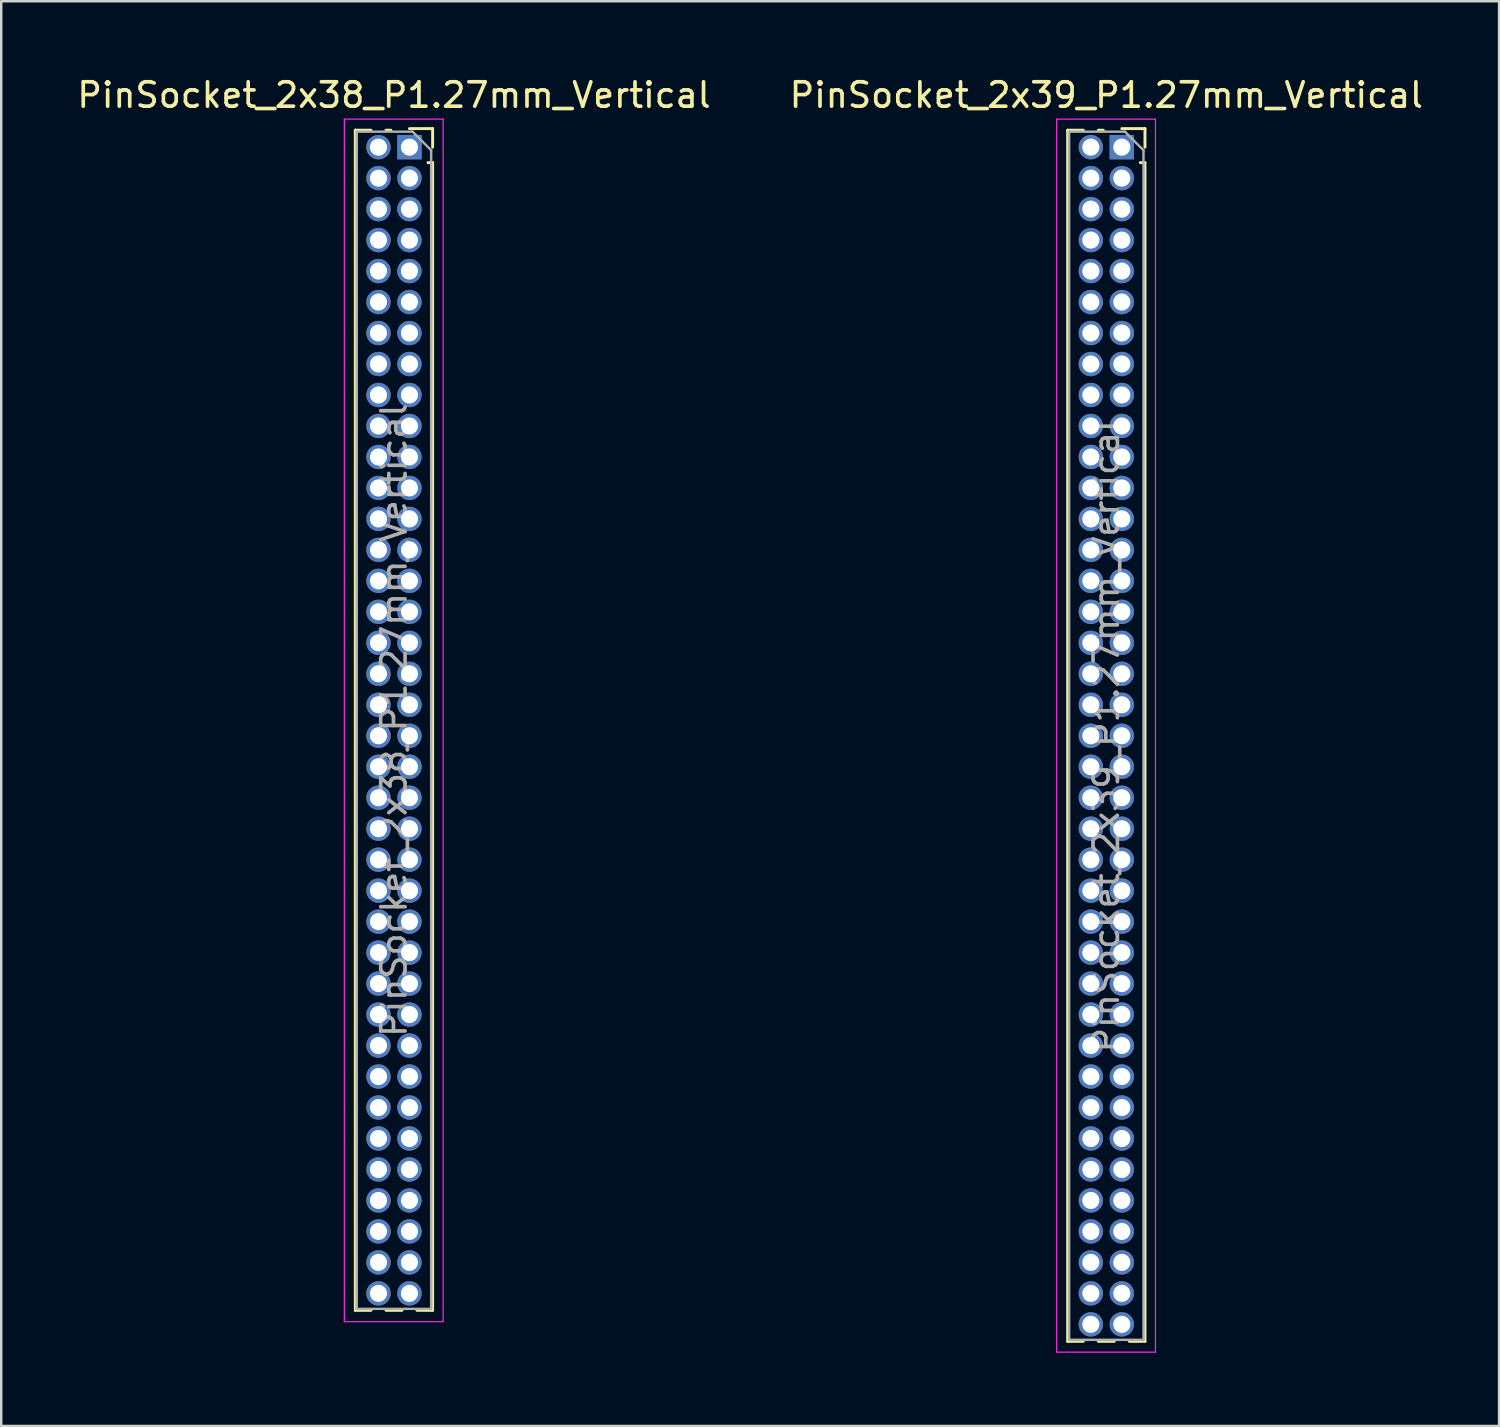
<source format=kicad_pcb>
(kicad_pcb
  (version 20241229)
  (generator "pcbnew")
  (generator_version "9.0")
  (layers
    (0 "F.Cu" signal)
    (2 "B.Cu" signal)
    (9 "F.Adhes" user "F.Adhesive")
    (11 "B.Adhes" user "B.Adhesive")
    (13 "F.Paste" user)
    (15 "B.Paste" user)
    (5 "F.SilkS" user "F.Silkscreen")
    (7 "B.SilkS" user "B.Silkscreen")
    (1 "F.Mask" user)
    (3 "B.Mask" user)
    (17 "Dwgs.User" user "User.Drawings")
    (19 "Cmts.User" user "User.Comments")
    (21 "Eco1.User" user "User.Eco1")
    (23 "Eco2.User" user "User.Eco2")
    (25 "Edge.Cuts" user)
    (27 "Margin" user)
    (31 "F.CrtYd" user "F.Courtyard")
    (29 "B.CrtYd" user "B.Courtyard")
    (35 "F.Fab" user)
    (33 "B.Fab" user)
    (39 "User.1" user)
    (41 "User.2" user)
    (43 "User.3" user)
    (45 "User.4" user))
  (footprint "PinSocket_2x38_P1.27mm_Vertical"
    (layer "F.Cu")
    (at 13.736 2.983)
    (property "Reference" "PinSocket_2x38_P1.27mm_Vertical" (at -0.635 -2.135 0) (layer "F.SilkS") (effects (font (size 1 1) (thickness 0.15))))
    (attr through_hole)
    (fp_line (start -2.22 -0.695) (end -2.22 47.685) (stroke (width 0.12) (type solid)) (layer "F.SilkS"))
    (fp_line (start -2.22 -0.695) (end -1.578 -0.695) (stroke (width 0.12) (type solid)) (layer "F.SilkS"))
    (fp_line (start -2.22 47.685) (end -1.578 47.685) (stroke (width 0.12) (type solid)) (layer "F.SilkS"))
    (fp_line (start -0.962 -0.695) (end -0.76 -0.695) (stroke (width 0.12) (type solid)) (layer "F.SilkS"))
    (fp_line (start -0.962 47.685) (end -0.308 47.685) (stroke (width 0.12) (type solid)) (layer "F.SilkS"))
    (fp_line (start 0 -0.76) (end 0.95 -0.76) (stroke (width 0.12) (type solid)) (layer "F.SilkS"))
    (fp_line (start 0.308 47.685) (end 0.95 47.685) (stroke (width 0.12) (type solid)) (layer "F.SilkS"))
    (fp_line (start 0.76 0.635) (end 0.95 0.635) (stroke (width 0.12) (type solid)) (layer "F.SilkS"))
    (fp_line (start 0.95 -0.76) (end 0.95 0) (stroke (width 0.12) (type solid)) (layer "F.SilkS"))
    (fp_line (start 0.95 0.635) (end 0.95 47.685) (stroke (width 0.12) (type solid)) (layer "F.SilkS"))
    (fp_line (start -2.67 -1.15) (end 1.38 -1.15) (stroke (width 0.05) (type solid)) (layer "F.CrtYd"))
    (fp_line (start -2.67 48.15) (end -2.67 -1.15) (stroke (width 0.05) (type solid)) (layer "F.CrtYd"))
    (fp_line (start 1.38 -1.15) (end 1.38 48.15) (stroke (width 0.05) (type solid)) (layer "F.CrtYd"))
    (fp_line (start 1.38 48.15) (end -2.67 48.15) (stroke (width 0.05) (type solid)) (layer "F.CrtYd"))
    (fp_line (start -2.16 -0.635) (end 0.128 -0.635) (stroke (width 0.1) (type solid)) (layer "F.Fab"))
    (fp_line (start -2.16 47.625) (end -2.16 -0.635) (stroke (width 0.1) (type solid)) (layer "F.Fab"))
    (fp_line (start 0.128 -0.635) (end 0.89 0.128) (stroke (width 0.1) (type solid)) (layer "F.Fab"))
    (fp_line (start 0.89 0.128) (end 0.89 47.625) (stroke (width 0.1) (type solid)) (layer "F.Fab"))
    (fp_line (start 0.89 47.625) (end -2.16 47.625) (stroke (width 0.1) (type solid)) (layer "F.Fab"))
    (fp_text user "${REFERENCE}" (at -0.635 23.495 90) (layer "F.Fab") (effects (font (size 1 1) (thickness 0.15))))
    (pad "1" thru_hole rect (at 0 0) (size 1 1) (drill 0.7) (layers "*.Cu" "*.Mask"))
    (pad "2" thru_hole oval (at -1.27 0) (size 1 1) (drill 0.7) (layers "*.Cu" "*.Mask"))
    (pad "3" thru_hole oval (at 0 1.27) (size 1 1) (drill 0.7) (layers "*.Cu" "*.Mask"))
    (pad "4" thru_hole oval (at -1.27 1.27) (size 1 1) (drill 0.7) (layers "*.Cu" "*.Mask"))
    (pad "5" thru_hole oval (at 0 2.54) (size 1 1) (drill 0.7) (layers "*.Cu" "*.Mask"))
    (pad "6" thru_hole oval (at -1.27 2.54) (size 1 1) (drill 0.7) (layers "*.Cu" "*.Mask"))
    (pad "7" thru_hole oval (at 0 3.81) (size 1 1) (drill 0.7) (layers "*.Cu" "*.Mask"))
    (pad "8" thru_hole oval (at -1.27 3.81) (size 1 1) (drill 0.7) (layers "*.Cu" "*.Mask"))
    (pad "9" thru_hole oval (at 0 5.08) (size 1 1) (drill 0.7) (layers "*.Cu" "*.Mask"))
    (pad "10" thru_hole oval (at -1.27 5.08) (size 1 1) (drill 0.7) (layers "*.Cu" "*.Mask"))
    (pad "11" thru_hole oval (at 0 6.35) (size 1 1) (drill 0.7) (layers "*.Cu" "*.Mask"))
    (pad "12" thru_hole oval (at -1.27 6.35) (size 1 1) (drill 0.7) (layers "*.Cu" "*.Mask"))
    (pad "13" thru_hole oval (at 0 7.62) (size 1 1) (drill 0.7) (layers "*.Cu" "*.Mask"))
    (pad "14" thru_hole oval (at -1.27 7.62) (size 1 1) (drill 0.7) (layers "*.Cu" "*.Mask"))
    (pad "15" thru_hole oval (at 0 8.89) (size 1 1) (drill 0.7) (layers "*.Cu" "*.Mask"))
    (pad "16" thru_hole oval (at -1.27 8.89) (size 1 1) (drill 0.7) (layers "*.Cu" "*.Mask"))
    (pad "17" thru_hole oval (at 0 10.16) (size 1 1) (drill 0.7) (layers "*.Cu" "*.Mask"))
    (pad "18" thru_hole oval (at -1.27 10.16) (size 1 1) (drill 0.7) (layers "*.Cu" "*.Mask"))
    (pad "19" thru_hole oval (at 0 11.43) (size 1 1) (drill 0.7) (layers "*.Cu" "*.Mask"))
    (pad "20" thru_hole oval (at -1.27 11.43) (size 1 1) (drill 0.7) (layers "*.Cu" "*.Mask"))
    (pad "21" thru_hole oval (at 0 12.7) (size 1 1) (drill 0.7) (layers "*.Cu" "*.Mask"))
    (pad "22" thru_hole oval (at -1.27 12.7) (size 1 1) (drill 0.7) (layers "*.Cu" "*.Mask"))
    (pad "23" thru_hole oval (at 0 13.97) (size 1 1) (drill 0.7) (layers "*.Cu" "*.Mask"))
    (pad "24" thru_hole oval (at -1.27 13.97) (size 1 1) (drill 0.7) (layers "*.Cu" "*.Mask"))
    (pad "25" thru_hole oval (at 0 15.24) (size 1 1) (drill 0.7) (layers "*.Cu" "*.Mask"))
    (pad "26" thru_hole oval (at -1.27 15.24) (size 1 1) (drill 0.7) (layers "*.Cu" "*.Mask"))
    (pad "27" thru_hole oval (at 0 16.51) (size 1 1) (drill 0.7) (layers "*.Cu" "*.Mask"))
    (pad "28" thru_hole oval (at -1.27 16.51) (size 1 1) (drill 0.7) (layers "*.Cu" "*.Mask"))
    (pad "29" thru_hole oval (at 0 17.78) (size 1 1) (drill 0.7) (layers "*.Cu" "*.Mask"))
    (pad "30" thru_hole oval (at -1.27 17.78) (size 1 1) (drill 0.7) (layers "*.Cu" "*.Mask"))
    (pad "31" thru_hole oval (at 0 19.05) (size 1 1) (drill 0.7) (layers "*.Cu" "*.Mask"))
    (pad "32" thru_hole oval (at -1.27 19.05) (size 1 1) (drill 0.7) (layers "*.Cu" "*.Mask"))
    (pad "33" thru_hole oval (at 0 20.32) (size 1 1) (drill 0.7) (layers "*.Cu" "*.Mask"))
    (pad "34" thru_hole oval (at -1.27 20.32) (size 1 1) (drill 0.7) (layers "*.Cu" "*.Mask"))
    (pad "35" thru_hole oval (at 0 21.59) (size 1 1) (drill 0.7) (layers "*.Cu" "*.Mask"))
    (pad "36" thru_hole oval (at -1.27 21.59) (size 1 1) (drill 0.7) (layers "*.Cu" "*.Mask"))
    (pad "37" thru_hole oval (at 0 22.86) (size 1 1) (drill 0.7) (layers "*.Cu" "*.Mask"))
    (pad "38" thru_hole oval (at -1.27 22.86) (size 1 1) (drill 0.7) (layers "*.Cu" "*.Mask"))
    (pad "39" thru_hole oval (at 0 24.13) (size 1 1) (drill 0.7) (layers "*.Cu" "*.Mask"))
    (pad "40" thru_hole oval (at -1.27 24.13) (size 1 1) (drill 0.7) (layers "*.Cu" "*.Mask"))
    (pad "41" thru_hole oval (at 0 25.4) (size 1 1) (drill 0.7) (layers "*.Cu" "*.Mask"))
    (pad "42" thru_hole oval (at -1.27 25.4) (size 1 1) (drill 0.7) (layers "*.Cu" "*.Mask"))
    (pad "43" thru_hole oval (at 0 26.67) (size 1 1) (drill 0.7) (layers "*.Cu" "*.Mask"))
    (pad "44" thru_hole oval (at -1.27 26.67) (size 1 1) (drill 0.7) (layers "*.Cu" "*.Mask"))
    (pad "45" thru_hole oval (at 0 27.94) (size 1 1) (drill 0.7) (layers "*.Cu" "*.Mask"))
    (pad "46" thru_hole oval (at -1.27 27.94) (size 1 1) (drill 0.7) (layers "*.Cu" "*.Mask"))
    (pad "47" thru_hole oval (at 0 29.21) (size 1 1) (drill 0.7) (layers "*.Cu" "*.Mask"))
    (pad "48" thru_hole oval (at -1.27 29.21) (size 1 1) (drill 0.7) (layers "*.Cu" "*.Mask"))
    (pad "49" thru_hole oval (at 0 30.48) (size 1 1) (drill 0.7) (layers "*.Cu" "*.Mask"))
    (pad "50" thru_hole oval (at -1.27 30.48) (size 1 1) (drill 0.7) (layers "*.Cu" "*.Mask"))
    (pad "51" thru_hole oval (at 0 31.75) (size 1 1) (drill 0.7) (layers "*.Cu" "*.Mask"))
    (pad "52" thru_hole oval (at -1.27 31.75) (size 1 1) (drill 0.7) (layers "*.Cu" "*.Mask"))
    (pad "53" thru_hole oval (at 0 33.02) (size 1 1) (drill 0.7) (layers "*.Cu" "*.Mask"))
    (pad "54" thru_hole oval (at -1.27 33.02) (size 1 1) (drill 0.7) (layers "*.Cu" "*.Mask"))
    (pad "55" thru_hole oval (at 0 34.29) (size 1 1) (drill 0.7) (layers "*.Cu" "*.Mask"))
    (pad "56" thru_hole oval (at -1.27 34.29) (size 1 1) (drill 0.7) (layers "*.Cu" "*.Mask"))
    (pad "57" thru_hole oval (at 0 35.56) (size 1 1) (drill 0.7) (layers "*.Cu" "*.Mask"))
    (pad "58" thru_hole oval (at -1.27 35.56) (size 1 1) (drill 0.7) (layers "*.Cu" "*.Mask"))
    (pad "59" thru_hole oval (at 0 36.83) (size 1 1) (drill 0.7) (layers "*.Cu" "*.Mask"))
    (pad "60" thru_hole oval (at -1.27 36.83) (size 1 1) (drill 0.7) (layers "*.Cu" "*.Mask"))
    (pad "61" thru_hole oval (at 0 38.1) (size 1 1) (drill 0.7) (layers "*.Cu" "*.Mask"))
    (pad "62" thru_hole oval (at -1.27 38.1) (size 1 1) (drill 0.7) (layers "*.Cu" "*.Mask"))
    (pad "63" thru_hole oval (at 0 39.37) (size 1 1) (drill 0.7) (layers "*.Cu" "*.Mask"))
    (pad "64" thru_hole oval (at -1.27 39.37) (size 1 1) (drill 0.7) (layers "*.Cu" "*.Mask"))
    (pad "65" thru_hole oval (at 0 40.64) (size 1 1) (drill 0.7) (layers "*.Cu" "*.Mask"))
    (pad "66" thru_hole oval (at -1.27 40.64) (size 1 1) (drill 0.7) (layers "*.Cu" "*.Mask"))
    (pad "67" thru_hole oval (at 0 41.91) (size 1 1) (drill 0.7) (layers "*.Cu" "*.Mask"))
    (pad "68" thru_hole oval (at -1.27 41.91) (size 1 1) (drill 0.7) (layers "*.Cu" "*.Mask"))
    (pad "69" thru_hole oval (at 0 43.18) (size 1 1) (drill 0.7) (layers "*.Cu" "*.Mask"))
    (pad "70" thru_hole oval (at -1.27 43.18) (size 1 1) (drill 0.7) (layers "*.Cu" "*.Mask"))
    (pad "71" thru_hole oval (at 0 44.45) (size 1 1) (drill 0.7) (layers "*.Cu" "*.Mask"))
    (pad "72" thru_hole oval (at -1.27 44.45) (size 1 1) (drill 0.7) (layers "*.Cu" "*.Mask"))
    (pad "73" thru_hole oval (at 0 45.72) (size 1 1) (drill 0.7) (layers "*.Cu" "*.Mask"))
    (pad "74" thru_hole oval (at -1.27 45.72) (size 1 1) (drill 0.7) (layers "*.Cu" "*.Mask"))
    (pad "75" thru_hole oval (at 0 46.99) (size 1 1) (drill 0.7) (layers "*.Cu" "*.Mask"))
    (pad "76" thru_hole oval (at -1.27 46.99) (size 1 1) (drill 0.7) (layers "*.Cu" "*.Mask")))
  (footprint "PinSocket_2x39_P1.27mm_Vertical"
    (layer "F.Cu")
    (at 42.939 2.983)
    (property "Reference" "PinSocket_2x39_P1.27mm_Vertical" (at -0.635 -2.135 0) (layer "F.SilkS") (effects (font (size 1 1) (thickness 0.15))))
    (attr through_hole)
    (fp_line (start -2.22 -0.695) (end -2.22 48.955) (stroke (width 0.12) (type solid)) (layer "F.SilkS"))
    (fp_line (start -2.22 -0.695) (end -1.578 -0.695) (stroke (width 0.12) (type solid)) (layer "F.SilkS"))
    (fp_line (start -2.22 48.955) (end -1.578 48.955) (stroke (width 0.12) (type solid)) (layer "F.SilkS"))
    (fp_line (start -0.962 -0.695) (end -0.76 -0.695) (stroke (width 0.12) (type solid)) (layer "F.SilkS"))
    (fp_line (start -0.962 48.955) (end -0.308 48.955) (stroke (width 0.12) (type solid)) (layer "F.SilkS"))
    (fp_line (start 0 -0.76) (end 0.95 -0.76) (stroke (width 0.12) (type solid)) (layer "F.SilkS"))
    (fp_line (start 0.308 48.955) (end 0.95 48.955) (stroke (width 0.12) (type solid)) (layer "F.SilkS"))
    (fp_line (start 0.76 0.635) (end 0.95 0.635) (stroke (width 0.12) (type solid)) (layer "F.SilkS"))
    (fp_line (start 0.95 -0.76) (end 0.95 0) (stroke (width 0.12) (type solid)) (layer "F.SilkS"))
    (fp_line (start 0.95 0.635) (end 0.95 48.955) (stroke (width 0.12) (type solid)) (layer "F.SilkS"))
    (fp_line (start -2.67 -1.15) (end 1.38 -1.15) (stroke (width 0.05) (type solid)) (layer "F.CrtYd"))
    (fp_line (start -2.67 49.4) (end -2.67 -1.15) (stroke (width 0.05) (type solid)) (layer "F.CrtYd"))
    (fp_line (start 1.38 -1.15) (end 1.38 49.4) (stroke (width 0.05) (type solid)) (layer "F.CrtYd"))
    (fp_line (start 1.38 49.4) (end -2.67 49.4) (stroke (width 0.05) (type solid)) (layer "F.CrtYd"))
    (fp_line (start -2.16 -0.635) (end 0.128 -0.635) (stroke (width 0.1) (type solid)) (layer "F.Fab"))
    (fp_line (start -2.16 48.895) (end -2.16 -0.635) (stroke (width 0.1) (type solid)) (layer "F.Fab"))
    (fp_line (start 0.128 -0.635) (end 0.89 0.128) (stroke (width 0.1) (type solid)) (layer "F.Fab"))
    (fp_line (start 0.89 0.128) (end 0.89 48.895) (stroke (width 0.1) (type solid)) (layer "F.Fab"))
    (fp_line (start 0.89 48.895) (end -2.16 48.895) (stroke (width 0.1) (type solid)) (layer "F.Fab"))
    (fp_text user "${REFERENCE}" (at -0.635 24.13 90) (layer "F.Fab") (effects (font (size 1 1) (thickness 0.15))))
    (pad "1" thru_hole rect (at 0 0) (size 1 1) (drill 0.7) (layers "*.Cu" "*.Mask"))
    (pad "2" thru_hole oval (at -1.27 0) (size 1 1) (drill 0.7) (layers "*.Cu" "*.Mask"))
    (pad "3" thru_hole oval (at 0 1.27) (size 1 1) (drill 0.7) (layers "*.Cu" "*.Mask"))
    (pad "4" thru_hole oval (at -1.27 1.27) (size 1 1) (drill 0.7) (layers "*.Cu" "*.Mask"))
    (pad "5" thru_hole oval (at 0 2.54) (size 1 1) (drill 0.7) (layers "*.Cu" "*.Mask"))
    (pad "6" thru_hole oval (at -1.27 2.54) (size 1 1) (drill 0.7) (layers "*.Cu" "*.Mask"))
    (pad "7" thru_hole oval (at 0 3.81) (size 1 1) (drill 0.7) (layers "*.Cu" "*.Mask"))
    (pad "8" thru_hole oval (at -1.27 3.81) (size 1 1) (drill 0.7) (layers "*.Cu" "*.Mask"))
    (pad "9" thru_hole oval (at 0 5.08) (size 1 1) (drill 0.7) (layers "*.Cu" "*.Mask"))
    (pad "10" thru_hole oval (at -1.27 5.08) (size 1 1) (drill 0.7) (layers "*.Cu" "*.Mask"))
    (pad "11" thru_hole oval (at 0 6.35) (size 1 1) (drill 0.7) (layers "*.Cu" "*.Mask"))
    (pad "12" thru_hole oval (at -1.27 6.35) (size 1 1) (drill 0.7) (layers "*.Cu" "*.Mask"))
    (pad "13" thru_hole oval (at 0 7.62) (size 1 1) (drill 0.7) (layers "*.Cu" "*.Mask"))
    (pad "14" thru_hole oval (at -1.27 7.62) (size 1 1) (drill 0.7) (layers "*.Cu" "*.Mask"))
    (pad "15" thru_hole oval (at 0 8.89) (size 1 1) (drill 0.7) (layers "*.Cu" "*.Mask"))
    (pad "16" thru_hole oval (at -1.27 8.89) (size 1 1) (drill 0.7) (layers "*.Cu" "*.Mask"))
    (pad "17" thru_hole oval (at 0 10.16) (size 1 1) (drill 0.7) (layers "*.Cu" "*.Mask"))
    (pad "18" thru_hole oval (at -1.27 10.16) (size 1 1) (drill 0.7) (layers "*.Cu" "*.Mask"))
    (pad "19" thru_hole oval (at 0 11.43) (size 1 1) (drill 0.7) (layers "*.Cu" "*.Mask"))
    (pad "20" thru_hole oval (at -1.27 11.43) (size 1 1) (drill 0.7) (layers "*.Cu" "*.Mask"))
    (pad "21" thru_hole oval (at 0 12.7) (size 1 1) (drill 0.7) (layers "*.Cu" "*.Mask"))
    (pad "22" thru_hole oval (at -1.27 12.7) (size 1 1) (drill 0.7) (layers "*.Cu" "*.Mask"))
    (pad "23" thru_hole oval (at 0 13.97) (size 1 1) (drill 0.7) (layers "*.Cu" "*.Mask"))
    (pad "24" thru_hole oval (at -1.27 13.97) (size 1 1) (drill 0.7) (layers "*.Cu" "*.Mask"))
    (pad "25" thru_hole oval (at 0 15.24) (size 1 1) (drill 0.7) (layers "*.Cu" "*.Mask"))
    (pad "26" thru_hole oval (at -1.27 15.24) (size 1 1) (drill 0.7) (layers "*.Cu" "*.Mask"))
    (pad "27" thru_hole oval (at 0 16.51) (size 1 1) (drill 0.7) (layers "*.Cu" "*.Mask"))
    (pad "28" thru_hole oval (at -1.27 16.51) (size 1 1) (drill 0.7) (layers "*.Cu" "*.Mask"))
    (pad "29" thru_hole oval (at 0 17.78) (size 1 1) (drill 0.7) (layers "*.Cu" "*.Mask"))
    (pad "30" thru_hole oval (at -1.27 17.78) (size 1 1) (drill 0.7) (layers "*.Cu" "*.Mask"))
    (pad "31" thru_hole oval (at 0 19.05) (size 1 1) (drill 0.7) (layers "*.Cu" "*.Mask"))
    (pad "32" thru_hole oval (at -1.27 19.05) (size 1 1) (drill 0.7) (layers "*.Cu" "*.Mask"))
    (pad "33" thru_hole oval (at 0 20.32) (size 1 1) (drill 0.7) (layers "*.Cu" "*.Mask"))
    (pad "34" thru_hole oval (at -1.27 20.32) (size 1 1) (drill 0.7) (layers "*.Cu" "*.Mask"))
    (pad "35" thru_hole oval (at 0 21.59) (size 1 1) (drill 0.7) (layers "*.Cu" "*.Mask"))
    (pad "36" thru_hole oval (at -1.27 21.59) (size 1 1) (drill 0.7) (layers "*.Cu" "*.Mask"))
    (pad "37" thru_hole oval (at 0 22.86) (size 1 1) (drill 0.7) (layers "*.Cu" "*.Mask"))
    (pad "38" thru_hole oval (at -1.27 22.86) (size 1 1) (drill 0.7) (layers "*.Cu" "*.Mask"))
    (pad "39" thru_hole oval (at 0 24.13) (size 1 1) (drill 0.7) (layers "*.Cu" "*.Mask"))
    (pad "40" thru_hole oval (at -1.27 24.13) (size 1 1) (drill 0.7) (layers "*.Cu" "*.Mask"))
    (pad "41" thru_hole oval (at 0 25.4) (size 1 1) (drill 0.7) (layers "*.Cu" "*.Mask"))
    (pad "42" thru_hole oval (at -1.27 25.4) (size 1 1) (drill 0.7) (layers "*.Cu" "*.Mask"))
    (pad "43" thru_hole oval (at 0 26.67) (size 1 1) (drill 0.7) (layers "*.Cu" "*.Mask"))
    (pad "44" thru_hole oval (at -1.27 26.67) (size 1 1) (drill 0.7) (layers "*.Cu" "*.Mask"))
    (pad "45" thru_hole oval (at 0 27.94) (size 1 1) (drill 0.7) (layers "*.Cu" "*.Mask"))
    (pad "46" thru_hole oval (at -1.27 27.94) (size 1 1) (drill 0.7) (layers "*.Cu" "*.Mask"))
    (pad "47" thru_hole oval (at 0 29.21) (size 1 1) (drill 0.7) (layers "*.Cu" "*.Mask"))
    (pad "48" thru_hole oval (at -1.27 29.21) (size 1 1) (drill 0.7) (layers "*.Cu" "*.Mask"))
    (pad "49" thru_hole oval (at 0 30.48) (size 1 1) (drill 0.7) (layers "*.Cu" "*.Mask"))
    (pad "50" thru_hole oval (at -1.27 30.48) (size 1 1) (drill 0.7) (layers "*.Cu" "*.Mask"))
    (pad "51" thru_hole oval (at 0 31.75) (size 1 1) (drill 0.7) (layers "*.Cu" "*.Mask"))
    (pad "52" thru_hole oval (at -1.27 31.75) (size 1 1) (drill 0.7) (layers "*.Cu" "*.Mask"))
    (pad "53" thru_hole oval (at 0 33.02) (size 1 1) (drill 0.7) (layers "*.Cu" "*.Mask"))
    (pad "54" thru_hole oval (at -1.27 33.02) (size 1 1) (drill 0.7) (layers "*.Cu" "*.Mask"))
    (pad "55" thru_hole oval (at 0 34.29) (size 1 1) (drill 0.7) (layers "*.Cu" "*.Mask"))
    (pad "56" thru_hole oval (at -1.27 34.29) (size 1 1) (drill 0.7) (layers "*.Cu" "*.Mask"))
    (pad "57" thru_hole oval (at 0 35.56) (size 1 1) (drill 0.7) (layers "*.Cu" "*.Mask"))
    (pad "58" thru_hole oval (at -1.27 35.56) (size 1 1) (drill 0.7) (layers "*.Cu" "*.Mask"))
    (pad "59" thru_hole oval (at 0 36.83) (size 1 1) (drill 0.7) (layers "*.Cu" "*.Mask"))
    (pad "60" thru_hole oval (at -1.27 36.83) (size 1 1) (drill 0.7) (layers "*.Cu" "*.Mask"))
    (pad "61" thru_hole oval (at 0 38.1) (size 1 1) (drill 0.7) (layers "*.Cu" "*.Mask"))
    (pad "62" thru_hole oval (at -1.27 38.1) (size 1 1) (drill 0.7) (layers "*.Cu" "*.Mask"))
    (pad "63" thru_hole oval (at 0 39.37) (size 1 1) (drill 0.7) (layers "*.Cu" "*.Mask"))
    (pad "64" thru_hole oval (at -1.27 39.37) (size 1 1) (drill 0.7) (layers "*.Cu" "*.Mask"))
    (pad "65" thru_hole oval (at 0 40.64) (size 1 1) (drill 0.7) (layers "*.Cu" "*.Mask"))
    (pad "66" thru_hole oval (at -1.27 40.64) (size 1 1) (drill 0.7) (layers "*.Cu" "*.Mask"))
    (pad "67" thru_hole oval (at 0 41.91) (size 1 1) (drill 0.7) (layers "*.Cu" "*.Mask"))
    (pad "68" thru_hole oval (at -1.27 41.91) (size 1 1) (drill 0.7) (layers "*.Cu" "*.Mask"))
    (pad "69" thru_hole oval (at 0 43.18) (size 1 1) (drill 0.7) (layers "*.Cu" "*.Mask"))
    (pad "70" thru_hole oval (at -1.27 43.18) (size 1 1) (drill 0.7) (layers "*.Cu" "*.Mask"))
    (pad "71" thru_hole oval (at 0 44.45) (size 1 1) (drill 0.7) (layers "*.Cu" "*.Mask"))
    (pad "72" thru_hole oval (at -1.27 44.45) (size 1 1) (drill 0.7) (layers "*.Cu" "*.Mask"))
    (pad "73" thru_hole oval (at 0 45.72) (size 1 1) (drill 0.7) (layers "*.Cu" "*.Mask"))
    (pad "74" thru_hole oval (at -1.27 45.72) (size 1 1) (drill 0.7) (layers "*.Cu" "*.Mask"))
    (pad "75" thru_hole oval (at 0 46.99) (size 1 1) (drill 0.7) (layers "*.Cu" "*.Mask"))
    (pad "76" thru_hole oval (at -1.27 46.99) (size 1 1) (drill 0.7) (layers "*.Cu" "*.Mask"))
    (pad "77" thru_hole oval (at 0 48.26) (size 1 1) (drill 0.7) (layers "*.Cu" "*.Mask"))
    (pad "78" thru_hole oval (at -1.27 48.26) (size 1 1) (drill 0.7) (layers "*.Cu" "*.Mask")))
  (gr_rect
    (start -3 -3)
    (end 58.405 55.408)
    (stroke (width 0.1) (type default))
    (fill no)
    (layer "Edge.Cuts")))
</source>
